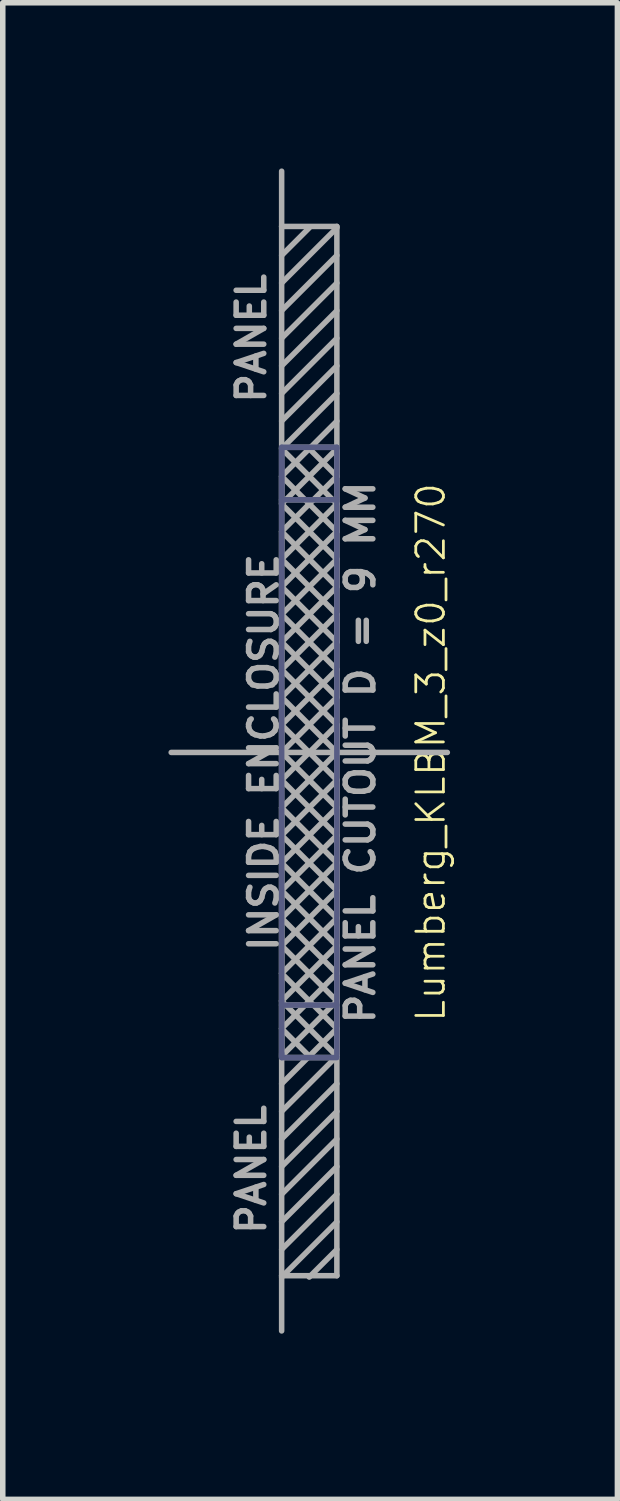
<source format=kicad_pcb>
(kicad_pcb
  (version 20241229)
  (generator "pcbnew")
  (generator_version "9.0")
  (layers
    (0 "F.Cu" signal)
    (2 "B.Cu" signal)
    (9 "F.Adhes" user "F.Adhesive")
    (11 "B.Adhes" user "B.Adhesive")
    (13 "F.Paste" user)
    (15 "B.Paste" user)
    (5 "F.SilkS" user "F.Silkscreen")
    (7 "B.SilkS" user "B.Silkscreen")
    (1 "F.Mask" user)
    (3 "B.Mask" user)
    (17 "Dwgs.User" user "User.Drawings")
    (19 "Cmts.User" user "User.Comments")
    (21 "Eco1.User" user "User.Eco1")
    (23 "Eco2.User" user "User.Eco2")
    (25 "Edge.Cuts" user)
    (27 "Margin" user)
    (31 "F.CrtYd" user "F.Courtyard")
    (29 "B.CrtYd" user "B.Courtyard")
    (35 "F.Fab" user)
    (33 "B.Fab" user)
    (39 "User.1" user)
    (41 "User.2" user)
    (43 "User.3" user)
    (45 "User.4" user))
  (footprint "Lumberg_KLBM_3_z0_r270"
    (layer "F.Cu")
    (at 2.05 10.575)
    (property "Reference" "Lumberg_KLBM_3_z0_r270" (at 2.7 0 90) (layer "F.SilkS") (effects (font (size 0.5 0.5) (thickness 0.05))))
    (attr through_hole)
    (fp_line (start 0 -5.525) (end 0 -5.5) (stroke (width 0.1) (type solid)) (layer "B.Fab"))
    (fp_line (start 0 -5.5) (end 0 -4.5) (stroke (width 0.1) (type solid)) (layer "B.Fab"))
    (fp_line (start 0 -4.575) (end 1 -4.575) (stroke (width 0.1) (type solid)) (layer "B.Fab"))
    (fp_line (start 0 4.5) (end 0 -5.5) (stroke (width 0.1) (type solid)) (layer "B.Fab"))
    (fp_line (start 0 4.575) (end 1 4.575) (stroke (width 0.1) (type solid)) (layer "B.Fab"))
    (fp_line (start 0 5.5) (end 0 4.5) (stroke (width 0.1) (type solid)) (layer "B.Fab"))
    (fp_line (start 0 5.525) (end 0 5.45) (stroke (width 0.1) (type solid)) (layer "B.Fab"))
    (fp_line (start 1 -5.525) (end 0 -5.525) (stroke (width 0.1) (type solid)) (layer "B.Fab"))
    (fp_line (start 1 -5.5) (end 1 -5.525) (stroke (width 0.1) (type solid)) (layer "B.Fab"))
    (fp_line (start 1 -5.5) (end 1 5.5) (stroke (width 0.1) (type solid)) (layer "B.Fab"))
    (fp_line (start 1 5.525) (end 0 5.525) (stroke (width 0.1) (type solid)) (layer "B.Fab"))
    (fp_line (start -2 0) (end 3 0) (stroke (width 0.1) (type solid)) (layer "F.Fab"))
    (fp_line (start 0 -9.525) (end 0 -10.525) (stroke (width 0.1) (type solid)) (layer "F.Fab"))
    (fp_line (start 0 -9.525) (end 1 -9.525) (stroke (width 0.1) (type solid)) (layer "F.Fab"))
    (fp_line (start 0 -9) (end 0.5 -9.5) (stroke (width 0.1) (type solid)) (layer "F.Fab"))
    (fp_line (start 0 -6.5) (end 1 -7.5) (stroke (width 0.1) (type solid)) (layer "F.Fab"))
    (fp_line (start 0 -5.525) (end 1 -5.525) (stroke (width 0.1) (type solid)) (layer "F.Fab"))
    (fp_line (start 0 -5.5) (end 1 -6.5) (stroke (width 0.1) (type solid)) (layer "F.Fab"))
    (fp_line (start 0 -5.5) (end 1 -4.5) (stroke (width 0.1) (type solid)) (layer "F.Fab"))
    (fp_line (start 0 -5) (end 0.5 -5.5) (stroke (width 0.1) (type solid)) (layer "F.Fab"))
    (fp_line (start 0 -5) (end 1 -4) (stroke (width 0.1) (type solid)) (layer "F.Fab"))
    (fp_line (start 0 -4.575) (end 1 -4.575) (stroke (width 0.1) (type solid)) (layer "F.Fab"))
    (fp_line (start 0 -4.5) (end 0 -5) (stroke (width 0.1) (type solid)) (layer "F.Fab"))
    (fp_line (start 0 -4.5) (end 1 -3.5) (stroke (width 0.1) (type solid)) (layer "F.Fab"))
    (fp_line (start 0 -4) (end 1 -5) (stroke (width 0.1) (type solid)) (layer "F.Fab"))
    (fp_line (start 0 -4) (end 1 -3) (stroke (width 0.1) (type solid)) (layer "F.Fab"))
    (fp_line (start 0 -3.5) (end 0 -4) (stroke (width 0.1) (type solid)) (layer "F.Fab"))
    (fp_line (start 0 -3.5) (end 1 -2.5) (stroke (width 0.1) (type solid)) (layer "F.Fab"))
    (fp_line (start 0 -3) (end 1 -4) (stroke (width 0.1) (type solid)) (layer "F.Fab"))
    (fp_line (start 0 -3) (end 1 -2) (stroke (width 0.1) (type solid)) (layer "F.Fab"))
    (fp_line (start 0 -2.5) (end 0 -3) (stroke (width 0.1) (type solid)) (layer "F.Fab"))
    (fp_line (start 0 -2) (end 1 -3) (stroke (width 0.1) (type solid)) (layer "F.Fab"))
    (fp_line (start 0 -2) (end 1 -1) (stroke (width 0.1) (type solid)) (layer "F.Fab"))
    (fp_line (start 0 -1.5) (end 0 -2) (stroke (width 0.1) (type solid)) (layer "F.Fab"))
    (fp_line (start 0 -1.5) (end 1 -0.5) (stroke (width 0.1) (type solid)) (layer "F.Fab"))
    (fp_line (start 0 -1) (end 1 -2) (stroke (width 0.1) (type solid)) (layer "F.Fab"))
    (fp_line (start 0 -0.5) (end 0 -1) (stroke (width 0.1) (type solid)) (layer "F.Fab"))
    (fp_line (start 0 -0.5) (end 0 0) (stroke (width 0.1) (type solid)) (layer "F.Fab"))
    (fp_line (start 0 0) (end 1 -1) (stroke (width 0.1) (type solid)) (layer "F.Fab"))
    (fp_line (start 0 0) (end 1 1) (stroke (width 0.1) (type solid)) (layer "F.Fab"))
    (fp_line (start 0 0.5) (end 0 0) (stroke (width 0.1) (type solid)) (layer "F.Fab"))
    (fp_line (start 0 1) (end 1 0) (stroke (width 0.1) (type solid)) (layer "F.Fab"))
    (fp_line (start 0 1) (end 1 2) (stroke (width 0.1) (type solid)) (layer "F.Fab"))
    (fp_line (start 0 1.5) (end 0 1) (stroke (width 0.1) (type solid)) (layer "F.Fab"))
    (fp_line (start 0 1.5) (end 0 2) (stroke (width 0.1) (type solid)) (layer "F.Fab"))
    (fp_line (start 0 2) (end 1 1) (stroke (width 0.1) (type solid)) (layer "F.Fab"))
    (fp_line (start 0 2) (end 1 3) (stroke (width 0.1) (type solid)) (layer "F.Fab"))
    (fp_line (start 0 2.5) (end 0 2) (stroke (width 0.1) (type solid)) (layer "F.Fab"))
    (fp_line (start 0 2.5) (end 0 3) (stroke (width 0.1) (type solid)) (layer "F.Fab"))
    (fp_line (start 0 3) (end 1 2) (stroke (width 0.1) (type solid)) (layer "F.Fab"))
    (fp_line (start 0 3) (end 1 4) (stroke (width 0.1) (type solid)) (layer "F.Fab"))
    (fp_line (start 0 3.5) (end 0 3) (stroke (width 0.1) (type solid)) (layer "F.Fab"))
    (fp_line (start 0 3.5) (end 0 4) (stroke (width 0.1) (type solid)) (layer "F.Fab"))
    (fp_line (start 0 4) (end 1 3) (stroke (width 0.1) (type solid)) (layer "F.Fab"))
    (fp_line (start 0 4) (end 1 5) (stroke (width 0.1) (type solid)) (layer "F.Fab"))
    (fp_line (start 0 4.5) (end 0 4) (stroke (width 0.1) (type solid)) (layer "F.Fab"))
    (fp_line (start 0 4.5) (end 0 5) (stroke (width 0.1) (type solid)) (layer "F.Fab"))
    (fp_line (start 0 4.575) (end 1 4.575) (stroke (width 0.1) (type solid)) (layer "F.Fab"))
    (fp_line (start 0 5) (end 0.5 5.5) (stroke (width 0.1) (type solid)) (layer "F.Fab"))
    (fp_line (start 0 5) (end 1 4) (stroke (width 0.1) (type solid)) (layer "F.Fab"))
    (fp_line (start 0 5.5) (end 0 5) (stroke (width 0.1) (type solid)) (layer "F.Fab"))
    (fp_line (start 0 5.525) (end 1 5.525) (stroke (width 0.1) (type solid)) (layer "F.Fab"))
    (fp_line (start 0 7) (end 1 6) (stroke (width 0.1) (type solid)) (layer "F.Fab"))
    (fp_line (start 0 8) (end 1 7) (stroke (width 0.1) (type solid)) (layer "F.Fab"))
    (fp_line (start 0 9) (end 1 8) (stroke (width 0.1) (type solid)) (layer "F.Fab"))
    (fp_line (start 0 9.475) (end 0 -9.525) (stroke (width 0.1) (type solid)) (layer "F.Fab"))
    (fp_line (start 0 9.475) (end 0 10.475) (stroke (width 0.1) (type solid)) (layer "F.Fab"))
    (fp_line (start 0.5 -5.5) (end 1 -5) (stroke (width 0.1) (type solid)) (layer "F.Fab"))
    (fp_line (start 0.5 5.5) (end 0 6) (stroke (width 0.1) (type solid)) (layer "F.Fab"))
    (fp_line (start 0.5 5.5) (end 1 5) (stroke (width 0.1) (type solid)) (layer "F.Fab"))
    (fp_line (start 0.5 9.5) (end 1 9) (stroke (width 0.1) (type solid)) (layer "F.Fab"))
    (fp_line (start 1 -9.525) (end 1 9.475) (stroke (width 0.1) (type solid)) (layer "F.Fab"))
    (fp_line (start 1 -9.5) (end 0 -8.5) (stroke (width 0.1) (type solid)) (layer "F.Fab"))
    (fp_line (start 1 -9) (end 0 -8) (stroke (width 0.1) (type solid)) (layer "F.Fab"))
    (fp_line (start 1 -8.5) (end 0 -7.5) (stroke (width 0.1) (type solid)) (layer "F.Fab"))
    (fp_line (start 1 -8) (end 0 -7) (stroke (width 0.1) (type solid)) (layer "F.Fab"))
    (fp_line (start 1 -7) (end 0 -6) (stroke (width 0.1) (type solid)) (layer "F.Fab"))
    (fp_line (start 1 -6) (end 0.5 -5.5) (stroke (width 0.1) (type solid)) (layer "F.Fab"))
    (fp_line (start 1 -5.5) (end 0 -4.5) (stroke (width 0.1) (type solid)) (layer "F.Fab"))
    (fp_line (start 1 -5) (end 1 -5.5) (stroke (width 0.1) (type solid)) (layer "F.Fab"))
    (fp_line (start 1 -4.5) (end 0 -3.5) (stroke (width 0.1) (type solid)) (layer "F.Fab"))
    (fp_line (start 1 -4) (end 1 -4.5) (stroke (width 0.1) (type solid)) (layer "F.Fab"))
    (fp_line (start 1 -3.5) (end 0 -2.5) (stroke (width 0.1) (type solid)) (layer "F.Fab"))
    (fp_line (start 1 -3) (end 1 -3.5) (stroke (width 0.1) (type solid)) (layer "F.Fab"))
    (fp_line (start 1 -2.5) (end 0 -1.5) (stroke (width 0.1) (type solid)) (layer "F.Fab"))
    (fp_line (start 1 -2) (end 1 -2.5) (stroke (width 0.1) (type solid)) (layer "F.Fab"))
    (fp_line (start 1 -1.5) (end 0 -2.5) (stroke (width 0.1) (type solid)) (layer "F.Fab"))
    (fp_line (start 1 -1.5) (end 0 -0.5) (stroke (width 0.1) (type solid)) (layer "F.Fab"))
    (fp_line (start 1 -1) (end 1 -1.5) (stroke (width 0.1) (type solid)) (layer "F.Fab"))
    (fp_line (start 1 -0.5) (end 0 0.5) (stroke (width 0.1) (type solid)) (layer "F.Fab"))
    (fp_line (start 1 -0.5) (end 1 0) (stroke (width 0.1) (type solid)) (layer "F.Fab"))
    (fp_line (start 1 0) (end 0 -1) (stroke (width 0.1) (type solid)) (layer "F.Fab"))
    (fp_line (start 1 0) (end 1 -0.5) (stroke (width 0.1) (type solid)) (layer "F.Fab"))
    (fp_line (start 1 0.5) (end 0 -0.5) (stroke (width 0.1) (type solid)) (layer "F.Fab"))
    (fp_line (start 1 0.5) (end 0 1.5) (stroke (width 0.1) (type solid)) (layer "F.Fab"))
    (fp_line (start 1 1) (end 1 0.5) (stroke (width 0.1) (type solid)) (layer "F.Fab"))
    (fp_line (start 1 1) (end 1 1.5) (stroke (width 0.1) (type solid)) (layer "F.Fab"))
    (fp_line (start 1 1.5) (end 0 0.5) (stroke (width 0.1) (type solid)) (layer "F.Fab"))
    (fp_line (start 1 1.5) (end 0 2.5) (stroke (width 0.1) (type solid)) (layer "F.Fab"))
    (fp_line (start 1 2) (end 1 1.5) (stroke (width 0.1) (type solid)) (layer "F.Fab"))
    (fp_line (start 1 2) (end 1 2.5) (stroke (width 0.1) (type solid)) (layer "F.Fab"))
    (fp_line (start 1 2.5) (end 0 1.5) (stroke (width 0.1) (type solid)) (layer "F.Fab"))
    (fp_line (start 1 2.5) (end 0 3.5) (stroke (width 0.1) (type solid)) (layer "F.Fab"))
    (fp_line (start 1 3) (end 1 2.5) (stroke (width 0.1) (type solid)) (layer "F.Fab"))
    (fp_line (start 1 3) (end 1 3.5) (stroke (width 0.1) (type solid)) (layer "F.Fab"))
    (fp_line (start 1 3.5) (end 0 2.5) (stroke (width 0.1) (type solid)) (layer "F.Fab"))
    (fp_line (start 1 3.5) (end 0 4.5) (stroke (width 0.1) (type solid)) (layer "F.Fab"))
    (fp_line (start 1 4) (end 1 3.5) (stroke (width 0.1) (type solid)) (layer "F.Fab"))
    (fp_line (start 1 4) (end 1 4.5) (stroke (width 0.1) (type solid)) (layer "F.Fab"))
    (fp_line (start 1 4.5) (end 0 3.5) (stroke (width 0.1) (type solid)) (layer "F.Fab"))
    (fp_line (start 1 4.5) (end 0 5.5) (stroke (width 0.1) (type solid)) (layer "F.Fab"))
    (fp_line (start 1 5) (end 1 4.5) (stroke (width 0.1) (type solid)) (layer "F.Fab"))
    (fp_line (start 1 5) (end 1 5.5) (stroke (width 0.1) (type solid)) (layer "F.Fab"))
    (fp_line (start 1 5.5) (end 0 4.5) (stroke (width 0.1) (type solid)) (layer "F.Fab"))
    (fp_line (start 1 5.5) (end 0 6.5) (stroke (width 0.1) (type solid)) (layer "F.Fab"))
    (fp_line (start 1 6.5) (end 0 7.5) (stroke (width 0.1) (type solid)) (layer "F.Fab"))
    (fp_line (start 1 7.5) (end 0 8.5) (stroke (width 0.1) (type solid)) (layer "F.Fab"))
    (fp_line (start 1 8.5) (end 0 9.5) (stroke (width 0.1) (type solid)) (layer "F.Fab"))
    (fp_line (start 1 9.475) (end 0 9.475) (stroke (width 0.1) (type solid)) (layer "F.Fab"))
    (fp_text user "PANEL" (at -0.55 7.55 90) (layer "F.Fab") (effects (font (size 0.5 0.5) (thickness 0.1))))
    (fp_text user "INSIDE ENCLOSURE" (at -0.325 0 90) (layer "F.Fab") (effects (font (size 0.5 0.5) (thickness 0.1))))
    (fp_text user "PANEL" (at -0.55 -7.5 90) (layer "F.Fab") (effects (font (size 0.5 0.5) (thickness 0.1))))
    (fp_text user "PANEL CUTOUT D = 9 MM" (at 1.425 0 90) (layer "F.Fab") (effects (font (size 0.5 0.5) (thickness 0.1)))))
  (gr_rect
    (start -3 -3)
    (end 8.13 24.1)
    (stroke (width 0.1) (type default))
    (fill no)
    (layer "Edge.Cuts")))
</source>
